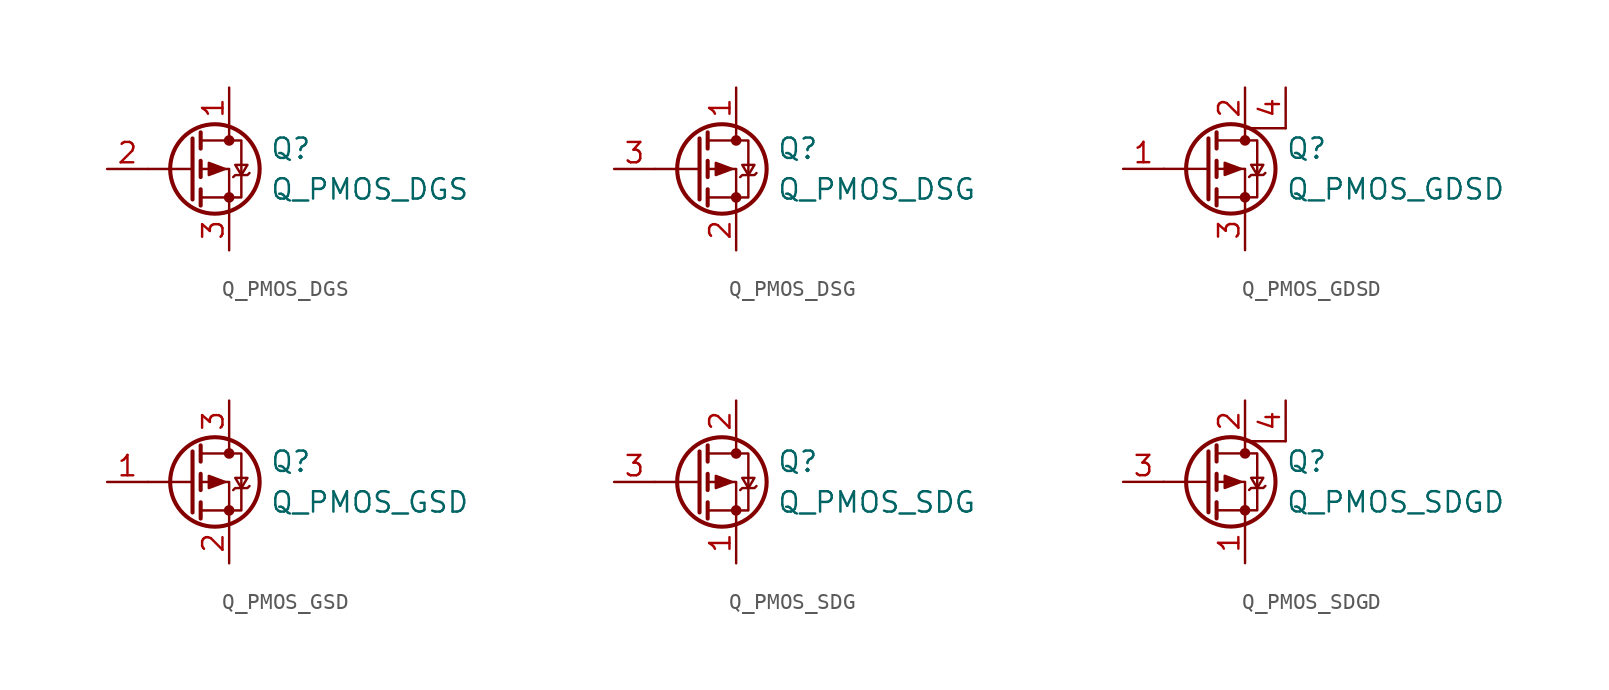
<source format=kicad_sym>
(kicad_symbol_lib
  (version 20211014)
  (generator kicad_symbol_editor)
  (symbol "Q_PMOS_DGS"
    (pin_names
      (offset 0) hide)
    (property "Reference" "Q"
      (at 5.08 1.27 0)
      (effects (font (size 1.27 1.27)) (justify left)))
    (property "Value" "Q_PMOS_DGS"
      (at 5.08 -1.27 0)
      (effects (font (size 1.27 1.27)) (justify left)))
    (symbol "Q_PMOS_DGS_0_1"
      (polyline (pts (xy 0.254 0) (xy -2.54 0)) (stroke (width 0) (type default) (color 0 0 0 0)) (fill (type none)))
      (polyline (pts (xy 0.254 1.905) (xy 0.254 -1.905)) (stroke (width 0.254) (type default) (color 0 0 0 0)) (fill (type none)))
      (polyline (pts (xy 0.762 -1.27) (xy 0.762 -2.286)) (stroke (width 0.254) (type default) (color 0 0 0 0)) (fill (type none)))
      (polyline (pts (xy 0.762 0.508) (xy 0.762 -0.508)) (stroke (width 0.254) (type default) (color 0 0 0 0)) (fill (type none)))
      (polyline (pts (xy 0.762 2.286) (xy 0.762 1.27)) (stroke (width 0.254) (type default) (color 0 0 0 0)) (fill (type none)))
      (polyline (pts (xy 2.54 2.54) (xy 2.54 1.778)) (stroke (width 0) (type default) (color 0 0 0 0)) (fill (type none)))
      (polyline (pts (xy 2.54 -2.54) (xy 2.54 0) (xy 0.762 0)) (stroke (width 0) (type default) (color 0 0 0 0)) (fill (type none)))
      (polyline (pts (xy 0.762 1.778) (xy 3.302 1.778) (xy 3.302 -1.778) (xy 0.762 -1.778)) (stroke (width 0) (type default) (color 0 0 0 0)) (fill (type none)))
      (polyline (pts (xy 2.286 0) (xy 1.27 0.381) (xy 1.27 -0.381) (xy 2.286 0)) (stroke (width 0) (type default) (color 0 0 0 0)) (fill (type outline)))
      (polyline (pts (xy 2.794 -0.508) (xy 2.921 -0.381) (xy 3.683 -0.381) (xy 3.81 -0.254)) (stroke (width 0) (type default) (color 0 0 0 0)) (fill (type none)))
      (polyline (pts (xy 3.302 -0.381) (xy 2.921 0.254) (xy 3.683 0.254) (xy 3.302 -0.381)) (stroke (width 0) (type default) (color 0 0 0 0)) (fill (type none)))
      (circle (center 1.651 0) (radius 2.794) (stroke (width 0.254) (type default) (color 0 0 0 0)) (fill (type none)))
      (circle (center 2.54 -1.778) (radius 0.254) (stroke (width 0) (type default) (color 0 0 0 0)) (fill (type outline)))
      (circle (center 2.54 1.778) (radius 0.254) (stroke (width 0) (type default) (color 0 0 0 0)) (fill (type outline))))
    (symbol "Q_PMOS_DGS_1_1"
      (pin passive line (at 2.54 5.08 270) (length 2.54) (name "D" (effects (font (size 1.27 1.27)))) (number "1" (effects (font (size 1.27 1.27)))))
      (pin input line (at -5.08 0 0) (length 2.54) (name "G" (effects (font (size 1.27 1.27)))) (number "2" (effects (font (size 1.27 1.27)))))
      (pin passive line (at 2.54 -5.08 90) (length 2.54) (name "S" (effects (font (size 1.27 1.27)))) (number "3" (effects (font (size 1.27 1.27)))))))
  (symbol "Q_PMOS_DSG"
    (pin_names
      (offset 0) hide)
    (property "Reference" "Q"
      (at 5.08 1.27 0)
      (effects (font (size 1.27 1.27)) (justify left)))
    (property "Value" "Q_PMOS_DSG"
      (at 5.08 -1.27 0)
      (effects (font (size 1.27 1.27)) (justify left)))
    (symbol "Q_PMOS_DSG_0_1"
      (polyline (pts (xy 0.254 0) (xy -2.54 0)) (stroke (width 0) (type default) (color 0 0 0 0)) (fill (type none)))
      (polyline (pts (xy 0.254 1.905) (xy 0.254 -1.905)) (stroke (width 0.254) (type default) (color 0 0 0 0)) (fill (type none)))
      (polyline (pts (xy 0.762 -1.27) (xy 0.762 -2.286)) (stroke (width 0.254) (type default) (color 0 0 0 0)) (fill (type none)))
      (polyline (pts (xy 0.762 0.508) (xy 0.762 -0.508)) (stroke (width 0.254) (type default) (color 0 0 0 0)) (fill (type none)))
      (polyline (pts (xy 0.762 2.286) (xy 0.762 1.27)) (stroke (width 0.254) (type default) (color 0 0 0 0)) (fill (type none)))
      (polyline (pts (xy 2.54 2.54) (xy 2.54 1.778)) (stroke (width 0) (type default) (color 0 0 0 0)) (fill (type none)))
      (polyline (pts (xy 2.54 -2.54) (xy 2.54 0) (xy 0.762 0)) (stroke (width 0) (type default) (color 0 0 0 0)) (fill (type none)))
      (polyline (pts (xy 0.762 1.778) (xy 3.302 1.778) (xy 3.302 -1.778) (xy 0.762 -1.778)) (stroke (width 0) (type default) (color 0 0 0 0)) (fill (type none)))
      (polyline (pts (xy 2.286 0) (xy 1.27 0.381) (xy 1.27 -0.381) (xy 2.286 0)) (stroke (width 0) (type default) (color 0 0 0 0)) (fill (type outline)))
      (polyline (pts (xy 2.794 -0.508) (xy 2.921 -0.381) (xy 3.683 -0.381) (xy 3.81 -0.254)) (stroke (width 0) (type default) (color 0 0 0 0)) (fill (type none)))
      (polyline (pts (xy 3.302 -0.381) (xy 2.921 0.254) (xy 3.683 0.254) (xy 3.302 -0.381)) (stroke (width 0) (type default) (color 0 0 0 0)) (fill (type none)))
      (circle (center 1.651 0) (radius 2.794) (stroke (width 0.254) (type default) (color 0 0 0 0)) (fill (type none)))
      (circle (center 2.54 -1.778) (radius 0.254) (stroke (width 0) (type default) (color 0 0 0 0)) (fill (type outline)))
      (circle (center 2.54 1.778) (radius 0.254) (stroke (width 0) (type default) (color 0 0 0 0)) (fill (type outline))))
    (symbol "Q_PMOS_DSG_1_1"
      (pin passive line (at 2.54 5.08 270) (length 2.54) (name "D" (effects (font (size 1.27 1.27)))) (number "1" (effects (font (size 1.27 1.27)))))
      (pin passive line (at 2.54 -5.08 90) (length 2.54) (name "S" (effects (font (size 1.27 1.27)))) (number "2" (effects (font (size 1.27 1.27)))))
      (pin input line (at -5.08 0 0) (length 2.54) (name "G" (effects (font (size 1.27 1.27)))) (number "3" (effects (font (size 1.27 1.27)))))))
  (symbol "Q_PMOS_GDSD"
    (pin_names
      (offset 0) hide)
    (property "Reference" "Q"
      (at 5.08 1.27 0)
      (effects (font (size 1.27 1.27)) (justify left)))
    (property "Value" "Q_PMOS_GDSD"
      (at 5.08 -1.27 0)
      (effects (font (size 1.27 1.27)) (justify left)))
    (symbol "Q_PMOS_GDSD_0_1"
      (polyline (pts (xy 0.254 0) (xy -2.54 0)) (stroke (width 0) (type default) (color 0 0 0 0)) (fill (type none)))
      (polyline (pts (xy 0.254 1.905) (xy 0.254 -1.905)) (stroke (width 0.254) (type default) (color 0 0 0 0)) (fill (type none)))
      (polyline (pts (xy 0.762 -1.27) (xy 0.762 -2.286)) (stroke (width 0.254) (type default) (color 0 0 0 0)) (fill (type none)))
      (polyline (pts (xy 0.762 0.508) (xy 0.762 -0.508)) (stroke (width 0.254) (type default) (color 0 0 0 0)) (fill (type none)))
      (polyline (pts (xy 0.762 2.286) (xy 0.762 1.27)) (stroke (width 0.254) (type default) (color 0 0 0 0)) (fill (type none)))
      (polyline (pts (xy 2.54 -2.54) (xy 2.54 0) (xy 0.762 0)) (stroke (width 0) (type default) (color 0 0 0 0)) (fill (type none)))
      (polyline (pts (xy 5.08 2.54) (xy 2.54 2.54) (xy 2.54 1.778)) (stroke (width 0) (type default) (color 0 0 0 0)) (fill (type none)))
      (polyline (pts (xy 0.762 1.778) (xy 3.302 1.778) (xy 3.302 -1.778) (xy 0.762 -1.778)) (stroke (width 0) (type default) (color 0 0 0 0)) (fill (type none)))
      (polyline (pts (xy 2.286 0) (xy 1.27 0.381) (xy 1.27 -0.381) (xy 2.286 0)) (stroke (width 0) (type default) (color 0 0 0 0)) (fill (type outline)))
      (polyline (pts (xy 2.794 -0.508) (xy 2.921 -0.381) (xy 3.683 -0.381) (xy 3.81 -0.254)) (stroke (width 0) (type default) (color 0 0 0 0)) (fill (type none)))
      (polyline (pts (xy 3.302 -0.381) (xy 2.921 0.254) (xy 3.683 0.254) (xy 3.302 -0.381)) (stroke (width 0) (type default) (color 0 0 0 0)) (fill (type none)))
      (circle (center 1.651 0) (radius 2.794) (stroke (width 0.254) (type default) (color 0 0 0 0)) (fill (type none)))
      (circle (center 2.54 -1.778) (radius 0.254) (stroke (width 0) (type default) (color 0 0 0 0)) (fill (type outline)))
      (circle (center 2.54 1.778) (radius 0.254) (stroke (width 0) (type default) (color 0 0 0 0)) (fill (type outline))))
    (symbol "Q_PMOS_GDSD_1_1"
      (pin input line (at -5.08 0 0) (length 2.54) (name "G" (effects (font (size 1.27 1.27)))) (number "1" (effects (font (size 1.27 1.27)))))
      (pin passive line (at 2.54 5.08 270) (length 2.54) (name "D" (effects (font (size 1.27 1.27)))) (number "2" (effects (font (size 1.27 1.27)))))
      (pin passive line (at 2.54 -5.08 90) (length 2.54) (name "S" (effects (font (size 1.27 1.27)))) (number "3" (effects (font (size 1.27 1.27)))))
      (pin passive line (at 5.08 5.08 270) (length 2.54) (name "D" (effects (font (size 1.27 1.27)))) (number "4" (effects (font (size 1.27 1.27)))))))
  (symbol "Q_PMOS_GSD"
    (pin_names
      (offset 0) hide)
    (property "Reference" "Q"
      (at 5.08 1.27 0)
      (effects (font (size 1.27 1.27)) (justify left)))
    (property "Value" "Q_PMOS_GSD"
      (at 5.08 -1.27 0)
      (effects (font (size 1.27 1.27)) (justify left)))
    (symbol "Q_PMOS_GSD_0_1"
      (polyline (pts (xy 0.254 0) (xy -2.54 0)) (stroke (width 0) (type default) (color 0 0 0 0)) (fill (type none)))
      (polyline (pts (xy 0.254 1.905) (xy 0.254 -1.905)) (stroke (width 0.254) (type default) (color 0 0 0 0)) (fill (type none)))
      (polyline (pts (xy 0.762 -1.27) (xy 0.762 -2.286)) (stroke (width 0.254) (type default) (color 0 0 0 0)) (fill (type none)))
      (polyline (pts (xy 0.762 0.508) (xy 0.762 -0.508)) (stroke (width 0.254) (type default) (color 0 0 0 0)) (fill (type none)))
      (polyline (pts (xy 0.762 2.286) (xy 0.762 1.27)) (stroke (width 0.254) (type default) (color 0 0 0 0)) (fill (type none)))
      (polyline (pts (xy 2.54 2.54) (xy 2.54 1.778)) (stroke (width 0) (type default) (color 0 0 0 0)) (fill (type none)))
      (polyline (pts (xy 2.54 -2.54) (xy 2.54 0) (xy 0.762 0)) (stroke (width 0) (type default) (color 0 0 0 0)) (fill (type none)))
      (polyline (pts (xy 0.762 1.778) (xy 3.302 1.778) (xy 3.302 -1.778) (xy 0.762 -1.778)) (stroke (width 0) (type default) (color 0 0 0 0)) (fill (type none)))
      (polyline (pts (xy 2.286 0) (xy 1.27 0.381) (xy 1.27 -0.381) (xy 2.286 0)) (stroke (width 0) (type default) (color 0 0 0 0)) (fill (type outline)))
      (polyline (pts (xy 2.794 -0.508) (xy 2.921 -0.381) (xy 3.683 -0.381) (xy 3.81 -0.254)) (stroke (width 0) (type default) (color 0 0 0 0)) (fill (type none)))
      (polyline (pts (xy 3.302 -0.381) (xy 2.921 0.254) (xy 3.683 0.254) (xy 3.302 -0.381)) (stroke (width 0) (type default) (color 0 0 0 0)) (fill (type none)))
      (circle (center 1.651 0) (radius 2.794) (stroke (width 0.254) (type default) (color 0 0 0 0)) (fill (type none)))
      (circle (center 2.54 -1.778) (radius 0.254) (stroke (width 0) (type default) (color 0 0 0 0)) (fill (type outline)))
      (circle (center 2.54 1.778) (radius 0.254) (stroke (width 0) (type default) (color 0 0 0 0)) (fill (type outline))))
    (symbol "Q_PMOS_GSD_1_1"
      (pin input line (at -5.08 0 0) (length 2.54) (name "G" (effects (font (size 1.27 1.27)))) (number "1" (effects (font (size 1.27 1.27)))))
      (pin passive line (at 2.54 -5.08 90) (length 2.54) (name "S" (effects (font (size 1.27 1.27)))) (number "2" (effects (font (size 1.27 1.27)))))
      (pin passive line (at 2.54 5.08 270) (length 2.54) (name "D" (effects (font (size 1.27 1.27)))) (number "3" (effects (font (size 1.27 1.27)))))))
  (symbol "Q_PMOS_SDG"
    (pin_names
      (offset 0) hide)
    (property "Reference" "Q"
      (at 5.08 1.27 0)
      (effects (font (size 1.27 1.27)) (justify left)))
    (property "Value" "Q_PMOS_SDG"
      (at 5.08 -1.27 0)
      (effects (font (size 1.27 1.27)) (justify left)))
    (symbol "Q_PMOS_SDG_0_1"
      (polyline (pts (xy 0.254 0) (xy -2.54 0)) (stroke (width 0) (type default) (color 0 0 0 0)) (fill (type none)))
      (polyline (pts (xy 0.254 1.905) (xy 0.254 -1.905)) (stroke (width 0.254) (type default) (color 0 0 0 0)) (fill (type none)))
      (polyline (pts (xy 0.762 -1.27) (xy 0.762 -2.286)) (stroke (width 0.254) (type default) (color 0 0 0 0)) (fill (type none)))
      (polyline (pts (xy 0.762 0.508) (xy 0.762 -0.508)) (stroke (width 0.254) (type default) (color 0 0 0 0)) (fill (type none)))
      (polyline (pts (xy 0.762 2.286) (xy 0.762 1.27)) (stroke (width 0.254) (type default) (color 0 0 0 0)) (fill (type none)))
      (polyline (pts (xy 2.54 2.54) (xy 2.54 1.778)) (stroke (width 0) (type default) (color 0 0 0 0)) (fill (type none)))
      (polyline (pts (xy 2.54 -2.54) (xy 2.54 0) (xy 0.762 0)) (stroke (width 0) (type default) (color 0 0 0 0)) (fill (type none)))
      (polyline (pts (xy 0.762 1.778) (xy 3.302 1.778) (xy 3.302 -1.778) (xy 0.762 -1.778)) (stroke (width 0) (type default) (color 0 0 0 0)) (fill (type none)))
      (polyline (pts (xy 2.286 0) (xy 1.27 0.381) (xy 1.27 -0.381) (xy 2.286 0)) (stroke (width 0) (type default) (color 0 0 0 0)) (fill (type outline)))
      (polyline (pts (xy 2.794 -0.508) (xy 2.921 -0.381) (xy 3.683 -0.381) (xy 3.81 -0.254)) (stroke (width 0) (type default) (color 0 0 0 0)) (fill (type none)))
      (polyline (pts (xy 3.302 -0.381) (xy 2.921 0.254) (xy 3.683 0.254) (xy 3.302 -0.381)) (stroke (width 0) (type default) (color 0 0 0 0)) (fill (type none)))
      (circle (center 1.651 0) (radius 2.794) (stroke (width 0.254) (type default) (color 0 0 0 0)) (fill (type none)))
      (circle (center 2.54 -1.778) (radius 0.254) (stroke (width 0) (type default) (color 0 0 0 0)) (fill (type outline)))
      (circle (center 2.54 1.778) (radius 0.254) (stroke (width 0) (type default) (color 0 0 0 0)) (fill (type outline))))
    (symbol "Q_PMOS_SDG_1_1"
      (pin passive line (at 2.54 -5.08 90) (length 2.54) (name "S" (effects (font (size 1.27 1.27)))) (number "1" (effects (font (size 1.27 1.27)))))
      (pin passive line (at 2.54 5.08 270) (length 2.54) (name "D" (effects (font (size 1.27 1.27)))) (number "2" (effects (font (size 1.27 1.27)))))
      (pin input line (at -5.08 0 0) (length 2.54) (name "G" (effects (font (size 1.27 1.27)))) (number "3" (effects (font (size 1.27 1.27)))))))
  (symbol "Q_PMOS_SDGD"
    (pin_names
      (offset 0) hide)
    (property "Reference" "Q"
      (at 5.08 1.27 0)
      (effects (font (size 1.27 1.27)) (justify left)))
    (property "Value" "Q_PMOS_SDGD"
      (at 5.08 -1.27 0)
      (effects (font (size 1.27 1.27)) (justify left)))
    (symbol "Q_PMOS_SDGD_0_1"
      (polyline (pts (xy 0.254 0) (xy -2.54 0)) (stroke (width 0) (type default) (color 0 0 0 0)) (fill (type none)))
      (polyline (pts (xy 0.254 1.905) (xy 0.254 -1.905)) (stroke (width 0.254) (type default) (color 0 0 0 0)) (fill (type none)))
      (polyline (pts (xy 0.762 -1.27) (xy 0.762 -2.286)) (stroke (width 0.254) (type default) (color 0 0 0 0)) (fill (type none)))
      (polyline (pts (xy 0.762 0.508) (xy 0.762 -0.508)) (stroke (width 0.254) (type default) (color 0 0 0 0)) (fill (type none)))
      (polyline (pts (xy 0.762 2.286) (xy 0.762 1.27)) (stroke (width 0.254) (type default) (color 0 0 0 0)) (fill (type none)))
      (polyline (pts (xy 2.54 -2.54) (xy 2.54 0) (xy 0.762 0)) (stroke (width 0) (type default) (color 0 0 0 0)) (fill (type none)))
      (polyline (pts (xy 5.08 2.54) (xy 2.54 2.54) (xy 2.54 1.778)) (stroke (width 0) (type default) (color 0 0 0 0)) (fill (type none)))
      (polyline (pts (xy 0.762 1.778) (xy 3.302 1.778) (xy 3.302 -1.778) (xy 0.762 -1.778)) (stroke (width 0) (type default) (color 0 0 0 0)) (fill (type none)))
      (polyline (pts (xy 2.286 0) (xy 1.27 0.381) (xy 1.27 -0.381) (xy 2.286 0)) (stroke (width 0) (type default) (color 0 0 0 0)) (fill (type outline)))
      (polyline (pts (xy 2.794 -0.508) (xy 2.921 -0.381) (xy 3.683 -0.381) (xy 3.81 -0.254)) (stroke (width 0) (type default) (color 0 0 0 0)) (fill (type none)))
      (polyline (pts (xy 3.302 -0.381) (xy 2.921 0.254) (xy 3.683 0.254) (xy 3.302 -0.381)) (stroke (width 0) (type default) (color 0 0 0 0)) (fill (type none)))
      (circle (center 1.651 0) (radius 2.794) (stroke (width 0.254) (type default) (color 0 0 0 0)) (fill (type none)))
      (circle (center 2.54 -1.778) (radius 0.254) (stroke (width 0) (type default) (color 0 0 0 0)) (fill (type outline)))
      (circle (center 2.54 1.778) (radius 0.254) (stroke (width 0) (type default) (color 0 0 0 0)) (fill (type outline))))
    (symbol "Q_PMOS_SDGD_1_1"
      (pin passive line (at 2.54 -5.08 90) (length 2.54) (name "S" (effects (font (size 1.27 1.27)))) (number "1" (effects (font (size 1.27 1.27)))))
      (pin passive line (at 2.54 5.08 270) (length 2.54) (name "D" (effects (font (size 1.27 1.27)))) (number "2" (effects (font (size 1.27 1.27)))))
      (pin input line (at -5.08 0 0) (length 2.54) (name "G" (effects (font (size 1.27 1.27)))) (number "3" (effects (font (size 1.27 1.27)))))
      (pin passive line (at 5.08 5.08 270) (length 2.54) (name "D" (effects (font (size 1.27 1.27)))) (number "4" (effects (font (size 1.27 1.27))))))))
</source>
